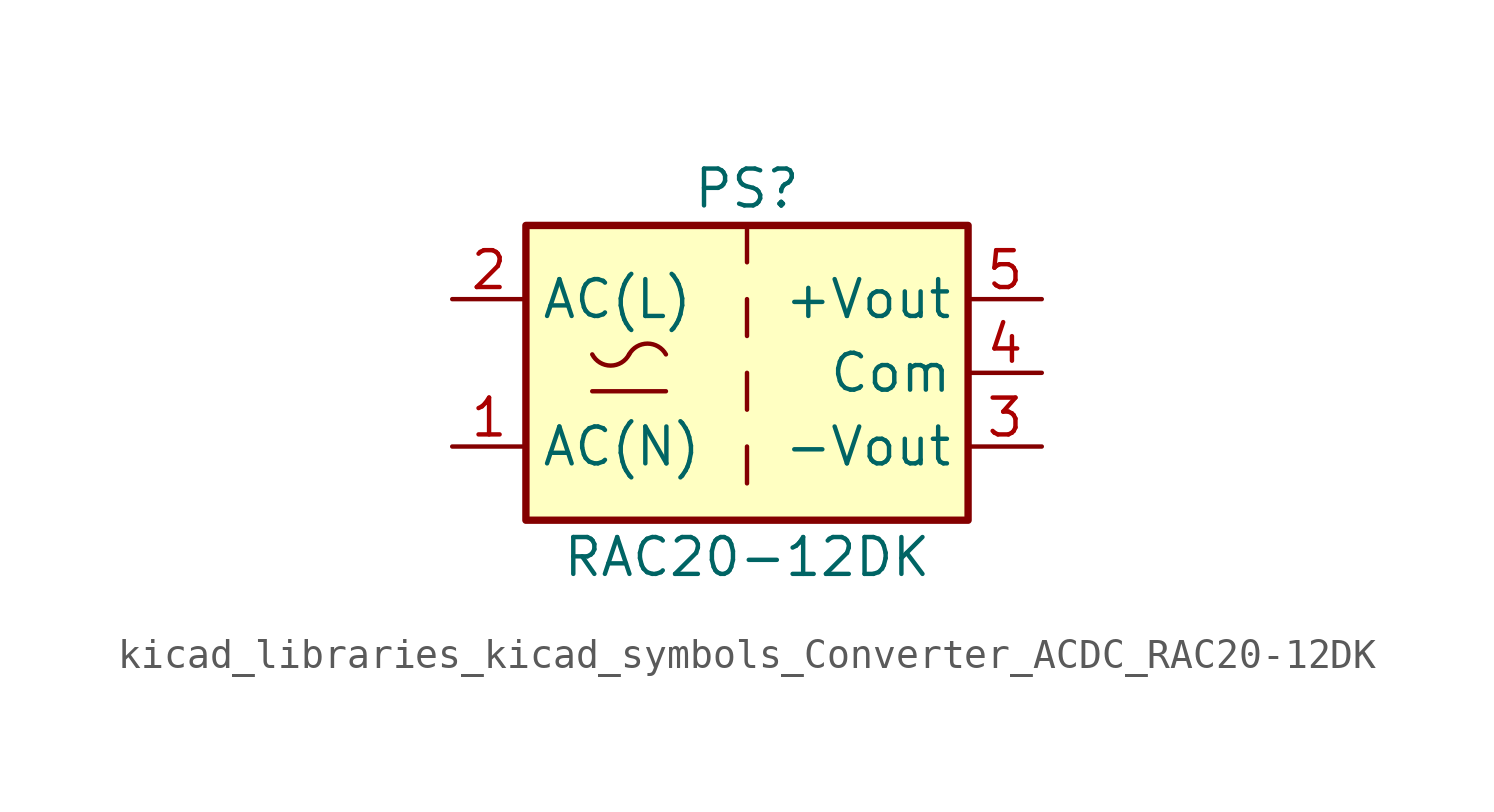
<source format=kicad_sym>
(kicad_symbol_lib
  (version 20220914)
  (generator kicad_symbol_editor)
  (symbol "kicad_libraries_kicad_symbols_Converter_ACDC_RAC20-12DK"
    (property "Reference" "PS"
      (at 0 6.35 0)
      (effects (font (size 1.27 1.27))))
    (property "Value" "RAC20-12DK"
      (at 0 -6.35 0)
      (effects (font (size 1.27 1.27))))
    (symbol "kicad_libraries_kicad_symbols_Converter_ACDC_RAC20-12DK_0_1"
      (rectangle (start -7.62 5.08) (end 7.62 -5.08) (stroke (width 0.254) (type default)) (fill (type background)))
      (arc (start -5.334 0.635) (mid -4.699 0.2495) (end -4.064 0.635) (stroke (width 0) (type default)) (fill (type none)))
      (arc (start -2.794 0.635) (mid -3.429 1.0072) (end -4.064 0.635) (stroke (width 0) (type default)) (fill (type none)))
      (polyline (pts (xy -5.334 -0.635) (xy -2.794 -0.635)) (stroke (width 0) (type default)) (fill (type none)))
      (polyline (pts (xy 0 -2.54) (xy 0 -3.81)) (stroke (width 0) (type default)) (fill (type none)))
      (polyline (pts (xy 0 0) (xy 0 -1.27)) (stroke (width 0) (type default)) (fill (type none)))
      (polyline (pts (xy 0 2.54) (xy 0 1.27)) (stroke (width 0) (type default)) (fill (type none)))
      (polyline (pts (xy 0 5.08) (xy 0 3.81)) (stroke (width 0) (type default)) (fill (type none))))
    (symbol "kicad_libraries_kicad_symbols_Converter_ACDC_RAC20-12DK_1_1"
      (pin power_in line (at -10.16 -2.54 0) (length 2.54) (name "AC(N)" (effects (font (size 1.27 1.27)))) (number "1" (effects (font (size 1.27 1.27)))))
      (pin power_in line (at -10.16 2.54 0) (length 2.54) (name "AC(L)" (effects (font (size 1.27 1.27)))) (number "2" (effects (font (size 1.27 1.27)))))
      (pin power_out line (at 10.16 -2.54 180) (length 2.54) (name "-Vout" (effects (font (size 1.27 1.27)))) (number "3" (effects (font (size 1.27 1.27)))))
      (pin power_out line (at 10.16 0 180) (length 2.54) (name "Com" (effects (font (size 1.27 1.27)))) (number "4" (effects (font (size 1.27 1.27)))))
      (pin power_out line (at 10.16 2.54 180) (length 2.54) (name "+Vout" (effects (font (size 1.27 1.27)))) (number "5" (effects (font (size 1.27 1.27))))))))
</source>
